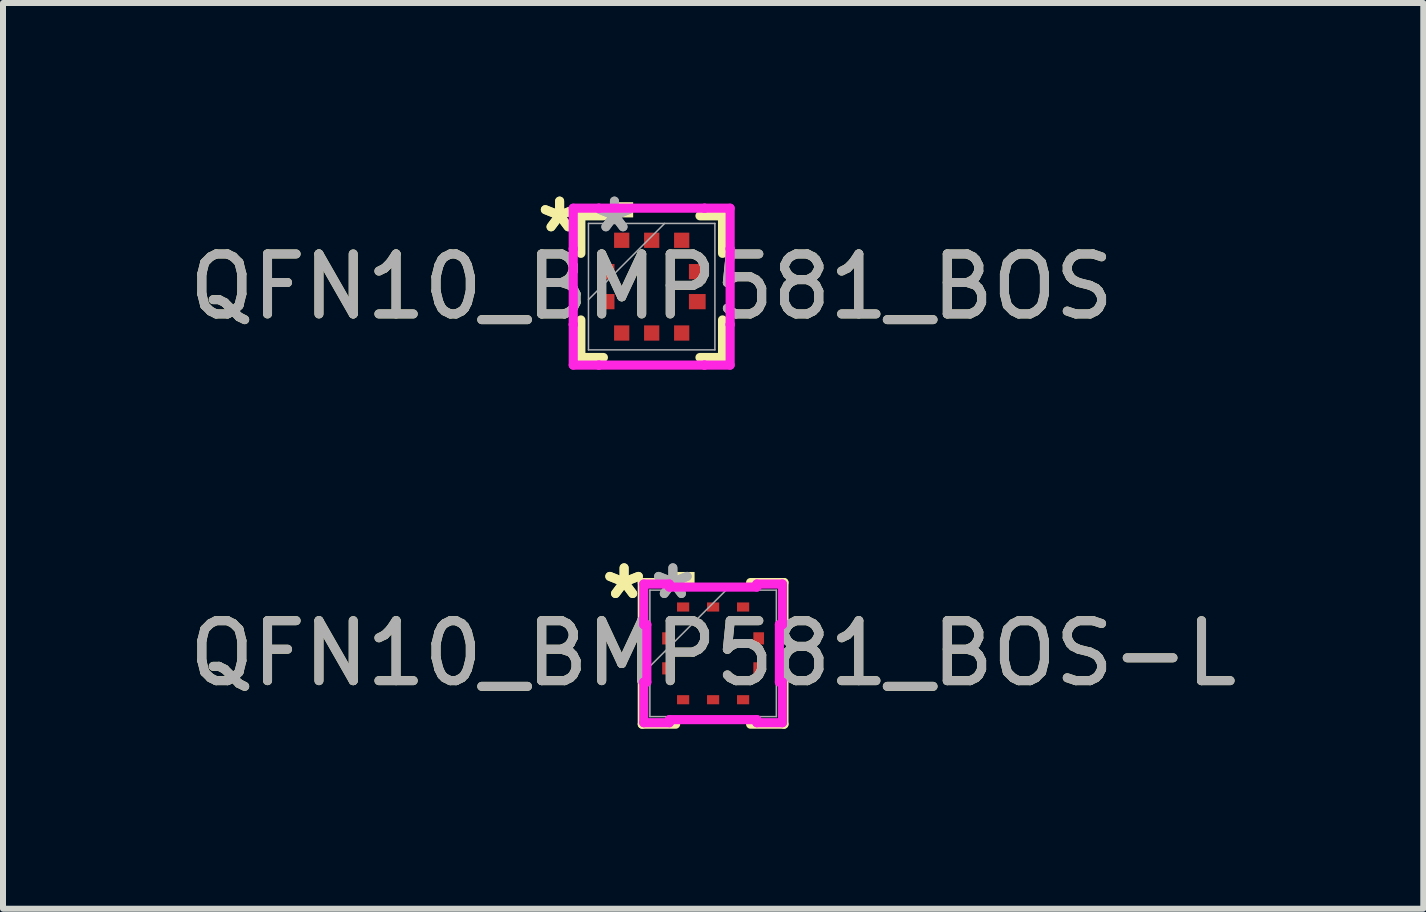
<source format=kicad_pcb>
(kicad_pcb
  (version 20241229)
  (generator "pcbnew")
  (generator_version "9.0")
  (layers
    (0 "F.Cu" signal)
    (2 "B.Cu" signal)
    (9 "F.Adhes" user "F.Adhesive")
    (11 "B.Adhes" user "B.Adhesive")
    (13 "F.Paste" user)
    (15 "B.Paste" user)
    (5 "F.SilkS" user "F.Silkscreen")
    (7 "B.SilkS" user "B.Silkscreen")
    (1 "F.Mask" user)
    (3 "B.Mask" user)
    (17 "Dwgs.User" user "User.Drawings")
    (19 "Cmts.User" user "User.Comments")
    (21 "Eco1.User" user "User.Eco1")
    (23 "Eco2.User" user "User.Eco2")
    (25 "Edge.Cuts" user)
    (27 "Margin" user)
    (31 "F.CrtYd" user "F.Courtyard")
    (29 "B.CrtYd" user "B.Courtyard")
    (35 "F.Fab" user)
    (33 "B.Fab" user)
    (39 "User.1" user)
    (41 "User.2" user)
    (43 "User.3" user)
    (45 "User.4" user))
  (footprint "QFN10_BMP581_BOS-L"
    (layer "F.Cu")
    (at 8.839 7.843)
    (property "Reference" "QFN10_BMP581_BOS-L" (at 0 0 0) (unlocked yes) (layer "F.SilkS") (effects (font (size 1 1) (thickness 0.15))))
    (attr smd)
    (fp_line (start -1.181 -1.181) (end -1.181 -0.375) (stroke (width 0.152) (type solid)) (layer "F.SilkS"))
    (fp_line (start -1.181 0.375) (end -1.181 1.181) (stroke (width 0.152) (type solid)) (layer "F.SilkS"))
    (fp_line (start -1.181 1.181) (end -0.625 1.181) (stroke (width 0.152) (type solid)) (layer "F.SilkS"))
    (fp_line (start -0.625 -1.181) (end -1.181 -1.181) (stroke (width 0.152) (type solid)) (layer "F.SilkS"))
    (fp_line (start 0.625 1.181) (end 1.181 1.181) (stroke (width 0.152) (type solid)) (layer "F.SilkS"))
    (fp_line (start 1.181 -1.181) (end 0.625 -1.181) (stroke (width 0.152) (type solid)) (layer "F.SilkS"))
    (fp_line (start 1.181 -0.375) (end 1.181 -1.181) (stroke (width 0.152) (type solid)) (layer "F.SilkS"))
    (fp_line (start 1.181 1.181) (end 1.181 0.375) (stroke (width 0.152) (type solid)) (layer "F.SilkS"))
    (fp_poly (pts (xy -0.69 -1.103) (xy -0.69 -1.357) (xy -0.309 -1.357) (xy -0.309 -1.103)) (stroke (width 0) (type solid)) (fill yes) (layer "F.SilkS"))
    (fp_line (start -1.156 -1.156) (end -0.729 -1.156) (stroke (width 0.152) (type solid)) (layer "F.CrtYd"))
    (fp_line (start -1.156 -0.479) (end -1.156 -1.156) (stroke (width 0.152) (type solid)) (layer "F.CrtYd"))
    (fp_line (start -1.156 0.479) (end -1.105 0.479) (stroke (width 0.152) (type solid)) (layer "F.CrtYd"))
    (fp_line (start -1.156 1.156) (end -1.156 0.479) (stroke (width 0.152) (type solid)) (layer "F.CrtYd"))
    (fp_line (start -1.156 1.156) (end -0.729 1.156) (stroke (width 0.152) (type solid)) (layer "F.CrtYd"))
    (fp_line (start -1.105 -0.479) (end -1.156 -0.479) (stroke (width 0.152) (type solid)) (layer "F.CrtYd"))
    (fp_line (start -1.105 0.479) (end -1.105 -0.479) (stroke (width 0.152) (type solid)) (layer "F.CrtYd"))
    (fp_line (start -0.729 -1.156) (end -0.729 -1.105) (stroke (width 0.152) (type solid)) (layer "F.CrtYd"))
    (fp_line (start -0.729 -1.105) (end 0.729 -1.105) (stroke (width 0.152) (type solid)) (layer "F.CrtYd"))
    (fp_line (start -0.729 1.105) (end 0.729 1.105) (stroke (width 0.152) (type solid)) (layer "F.CrtYd"))
    (fp_line (start -0.729 1.156) (end -0.729 1.105) (stroke (width 0.152) (type solid)) (layer "F.CrtYd"))
    (fp_line (start 0.729 -1.156) (end 1.156 -1.156) (stroke (width 0.152) (type solid)) (layer "F.CrtYd"))
    (fp_line (start 0.729 -1.105) (end 0.729 -1.156) (stroke (width 0.152) (type solid)) (layer "F.CrtYd"))
    (fp_line (start 0.729 1.105) (end 0.729 1.156) (stroke (width 0.152) (type solid)) (layer "F.CrtYd"))
    (fp_line (start 0.729 1.156) (end 1.156 1.156) (stroke (width 0.152) (type solid)) (layer "F.CrtYd"))
    (fp_line (start 1.105 -0.479) (end 1.156 -0.479) (stroke (width 0.152) (type solid)) (layer "F.CrtYd"))
    (fp_line (start 1.105 0.479) (end 1.105 -0.479) (stroke (width 0.152) (type solid)) (layer "F.CrtYd"))
    (fp_line (start 1.156 -0.479) (end 1.156 -1.156) (stroke (width 0.152) (type solid)) (layer "F.CrtYd"))
    (fp_line (start 1.156 0.479) (end 1.105 0.479) (stroke (width 0.152) (type solid)) (layer "F.CrtYd"))
    (fp_line (start 1.156 1.156) (end 1.156 0.479) (stroke (width 0.152) (type solid)) (layer "F.CrtYd"))
    (fp_line (start -1.054 -1.054) (end -1.054 1.054) (stroke (width 0.025) (type solid)) (layer "F.Fab"))
    (fp_line (start -1.054 0.216) (end 0.216 -1.054) (stroke (width 0.025) (type solid)) (layer "F.Fab"))
    (fp_line (start -1.054 1.054) (end 1.054 1.054) (stroke (width 0.025) (type solid)) (layer "F.Fab"))
    (fp_line (start 1.054 -1.054) (end -1.054 -1.054) (stroke (width 0.025) (type solid)) (layer "F.Fab"))
    (fp_line (start 1.054 1.054) (end 1.054 -1.054) (stroke (width 0.025) (type solid)) (layer "F.Fab"))
    (fp_text user "*" (at -1.484 -0.881 0) (unlocked yes) (layer "F.SilkS") (effects (font (size 1 1) (thickness 0.15))))
    (fp_text user "*" (at -1.484 -0.881 0) (layer "F.SilkS") (effects (font (size 1 1) (thickness 0.15))))
    (fp_text user "${REFERENCE}" (at 0 0 0) (unlocked yes) (layer "F.Fab") (effects (font (size 1 1) (thickness 0.15))))
    (fp_text user "*" (at -0.671 -0.881 0) (unlocked yes) (layer "F.Fab") (effects (font (size 1 1) (thickness 0.15))))
    (fp_text user "*" (at -0.671 -0.881 0) (layer "F.Fab") (effects (font (size 1 1) (thickness 0.15))))
    (pad "1" smd rect (at -0.76 -0.25 90) (size 0.203 0.178) (layers "F.Cu" "F.Mask" "F.Paste"))
    (pad "2" smd rect (at -0.76 0.25 90) (size 0.203 0.178) (layers "F.Cu" "F.Mask" "F.Paste"))
    (pad "3" smd rect (at -0.5 0.773) (size 0.203 0.152) (layers "F.Cu" "F.Mask" "F.Paste"))
    (pad "4" smd rect (at 0 0.773) (size 0.203 0.152) (layers "F.Cu" "F.Mask" "F.Paste"))
    (pad "5" smd rect (at 0.5 0.773) (size 0.203 0.152) (layers "F.Cu" "F.Mask" "F.Paste"))
    (pad "6" smd rect (at 0.76 0.25 90) (size 0.203 0.178) (layers "F.Cu" "F.Mask" "F.Paste"))
    (pad "7" smd rect (at 0.76 -0.25 90) (size 0.203 0.178) (layers "F.Cu" "F.Mask" "F.Paste"))
    (pad "8" smd rect (at 0.5 -0.773) (size 0.203 0.152) (layers "F.Cu" "F.Mask" "F.Paste"))
    (pad "9" smd rect (at 0 -0.773) (size 0.203 0.152) (layers "F.Cu" "F.Mask" "F.Paste"))
    (pad "10" smd rect (at -0.5 -0.773) (size 0.203 0.152) (layers "F.Cu" "F.Mask" "F.Paste")))
  (footprint "QFN10_BMP581_BOS"
    (layer "F.Cu")
    (at 7.815 1.729)
    (property "Reference" "QFN10_BMP581_BOS" (at 0 0 0) (unlocked yes) (layer "F.SilkS") (effects (font (size 1 1) (thickness 0.15))))
    (attr smd)
    (fp_line (start -1.181 -1.181) (end -1.181 -0.555) (stroke (width 0.152) (type solid)) (layer "F.SilkS"))
    (fp_line (start -1.181 0.555) (end -1.181 1.181) (stroke (width 0.152) (type solid)) (layer "F.SilkS"))
    (fp_line (start -1.181 1.181) (end -0.805 1.181) (stroke (width 0.152) (type solid)) (layer "F.SilkS"))
    (fp_line (start -0.805 -1.181) (end -1.181 -1.181) (stroke (width 0.152) (type solid)) (layer "F.SilkS"))
    (fp_line (start 0.805 1.181) (end 1.181 1.181) (stroke (width 0.152) (type solid)) (layer "F.SilkS"))
    (fp_line (start 1.181 -1.181) (end 0.805 -1.181) (stroke (width 0.152) (type solid)) (layer "F.SilkS"))
    (fp_line (start 1.181 -0.555) (end 1.181 -1.181) (stroke (width 0.152) (type solid)) (layer "F.SilkS"))
    (fp_line (start 1.181 1.181) (end 1.181 0.555) (stroke (width 0.152) (type solid)) (layer "F.SilkS"))
    (fp_poly (pts (xy -0.69 -1.154) (xy -0.69 -1.408) (xy -0.309 -1.408) (xy -0.309 -1.154)) (stroke (width 0) (type solid)) (fill yes) (layer "F.SilkS"))
    (fp_line (start -1.308 -1.308) (end -0.881 -1.308) (stroke (width 0.152) (type solid)) (layer "F.CrtYd"))
    (fp_line (start -1.308 -0.631) (end -1.308 -1.308) (stroke (width 0.152) (type solid)) (layer "F.CrtYd"))
    (fp_line (start -1.308 -0.631) (end -1.308 -0.631) (stroke (width 0.152) (type solid)) (layer "F.CrtYd"))
    (fp_line (start -1.308 0.631) (end -1.308 -0.631) (stroke (width 0.152) (type solid)) (layer "F.CrtYd"))
    (fp_line (start -1.308 0.631) (end -1.308 0.631) (stroke (width 0.152) (type solid)) (layer "F.CrtYd"))
    (fp_line (start -1.308 1.308) (end -1.308 0.631) (stroke (width 0.152) (type solid)) (layer "F.CrtYd"))
    (fp_line (start -1.308 1.308) (end -0.881 1.308) (stroke (width 0.152) (type solid)) (layer "F.CrtYd"))
    (fp_line (start -0.881 -1.308) (end -0.881 -1.308) (stroke (width 0.152) (type solid)) (layer "F.CrtYd"))
    (fp_line (start -0.881 -1.308) (end 0.881 -1.308) (stroke (width 0.152) (type solid)) (layer "F.CrtYd"))
    (fp_line (start -0.881 1.308) (end -0.881 1.308) (stroke (width 0.152) (type solid)) (layer "F.CrtYd"))
    (fp_line (start -0.881 1.308) (end 0.881 1.308) (stroke (width 0.152) (type solid)) (layer "F.CrtYd"))
    (fp_line (start 0.881 -1.308) (end 0.881 -1.308) (stroke (width 0.152) (type solid)) (layer "F.CrtYd"))
    (fp_line (start 0.881 -1.308) (end 1.308 -1.308) (stroke (width 0.152) (type solid)) (layer "F.CrtYd"))
    (fp_line (start 0.881 1.308) (end 0.881 1.308) (stroke (width 0.152) (type solid)) (layer "F.CrtYd"))
    (fp_line (start 0.881 1.308) (end 1.308 1.308) (stroke (width 0.152) (type solid)) (layer "F.CrtYd"))
    (fp_line (start 1.308 -0.631) (end 1.308 -1.308) (stroke (width 0.152) (type solid)) (layer "F.CrtYd"))
    (fp_line (start 1.308 -0.631) (end 1.308 -0.631) (stroke (width 0.152) (type solid)) (layer "F.CrtYd"))
    (fp_line (start 1.308 0.631) (end 1.308 -0.631) (stroke (width 0.152) (type solid)) (layer "F.CrtYd"))
    (fp_line (start 1.308 0.631) (end 1.308 0.631) (stroke (width 0.152) (type solid)) (layer "F.CrtYd"))
    (fp_line (start 1.308 1.308) (end 1.308 0.631) (stroke (width 0.152) (type solid)) (layer "F.CrtYd"))
    (fp_line (start -1.054 -1.054) (end -1.054 1.054) (stroke (width 0.025) (type solid)) (layer "F.Fab"))
    (fp_line (start -1.054 0.216) (end 0.216 -1.054) (stroke (width 0.025) (type solid)) (layer "F.Fab"))
    (fp_line (start -1.054 1.054) (end 1.054 1.054) (stroke (width 0.025) (type solid)) (layer "F.Fab"))
    (fp_line (start 1.054 -1.054) (end -1.054 -1.054) (stroke (width 0.025) (type solid)) (layer "F.Fab"))
    (fp_line (start 1.054 1.054) (end 1.054 -1.054) (stroke (width 0.025) (type solid)) (layer "F.Fab"))
    (fp_text user "*" (at -1.535 -0.881 0) (unlocked yes) (layer "F.SilkS") (effects (font (size 1 1) (thickness 0.15))))
    (fp_text user "*" (at -1.535 -0.881 0) (layer "F.SilkS") (effects (font (size 1 1) (thickness 0.15))))
    (fp_text user "*" (at -0.621 -0.881 0) (unlocked yes) (layer "F.Fab") (effects (font (size 1 1) (thickness 0.15))))
    (fp_text user "${REFERENCE}" (at 0 0 0) (unlocked yes) (layer "F.Fab") (effects (font (size 1 1) (thickness 0.15))))
    (fp_text user "*" (at -0.621 -0.881 0) (layer "F.Fab") (effects (font (size 1 1) (thickness 0.15))))
    (pad "1" smd rect (at -0.76 -0.25 90) (size 0.254 0.279) (layers "F.Cu" "F.Mask" "F.Paste"))
    (pad "2" smd rect (at -0.76 0.25 90) (size 0.254 0.279) (layers "F.Cu" "F.Mask" "F.Paste"))
    (pad "3" smd rect (at -0.5 0.773) (size 0.254 0.254) (layers "F.Cu" "F.Mask" "F.Paste"))
    (pad "4" smd rect (at 0 0.773) (size 0.254 0.254) (layers "F.Cu" "F.Mask" "F.Paste"))
    (pad "5" smd rect (at 0.5 0.773) (size 0.254 0.254) (layers "F.Cu" "F.Mask" "F.Paste"))
    (pad "6" smd rect (at 0.76 0.25 90) (size 0.254 0.279) (layers "F.Cu" "F.Mask" "F.Paste"))
    (pad "7" smd rect (at 0.76 -0.25 90) (size 0.254 0.279) (layers "F.Cu" "F.Mask" "F.Paste"))
    (pad "8" smd rect (at 0.5 -0.773) (size 0.254 0.254) (layers "F.Cu" "F.Mask" "F.Paste"))
    (pad "9" smd rect (at 0 -0.773) (size 0.254 0.254) (layers "F.Cu" "F.Mask" "F.Paste"))
    (pad "10" smd rect (at -0.5 -0.773) (size 0.254 0.254) (layers "F.Cu" "F.Mask" "F.Paste")))
  (gr_rect
    (start -3 -3)
    (end 20.679 12.1)
    (stroke (width 0.1) (type default))
    (fill no)
    (layer "Edge.Cuts")))
</source>
